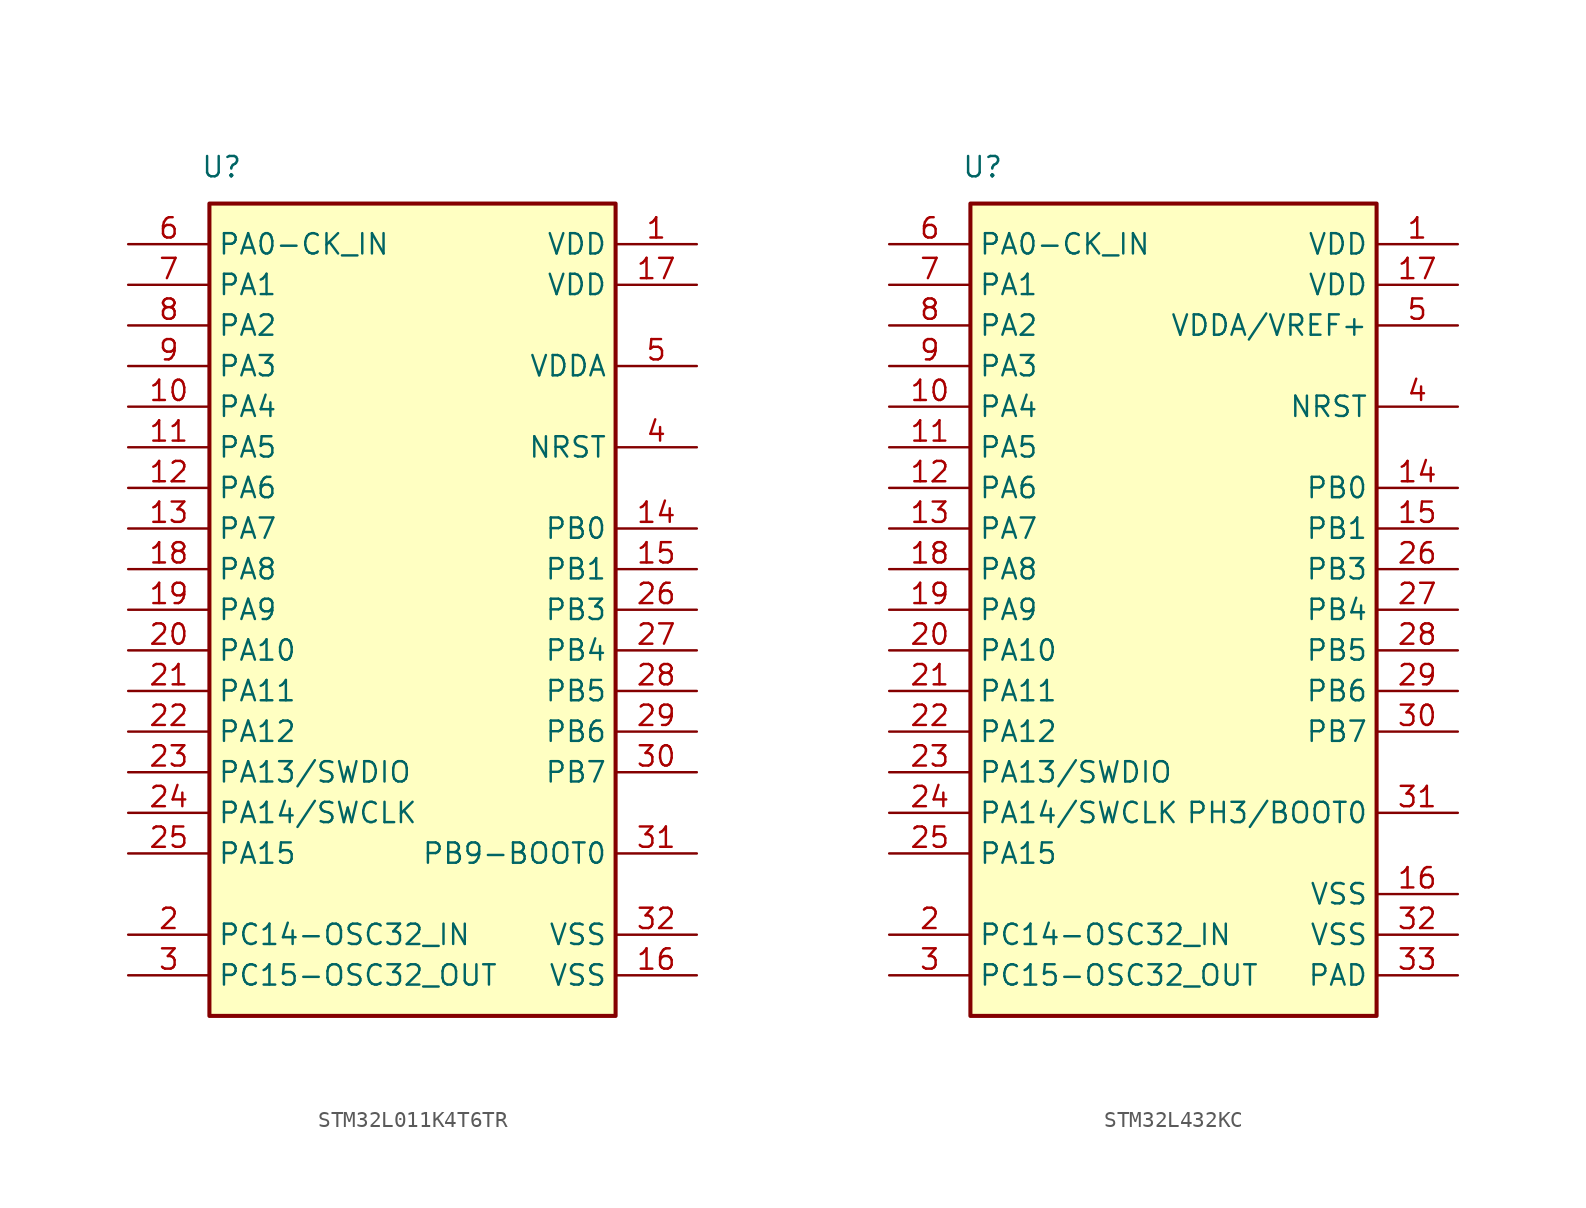
<source format=kicad_sym>
(kicad_symbol_lib
  (version 20231120)
  (generator "kicad_symbol_editor")
  (generator_version "8.0")
  (symbol "STM32L011K4T6TR"
    (property "Reference" "U"
      (at 5.842 50.546 0)
      (effects (font (size 1.27 1.27))))
    (property "Value" ""
      (at 0 0 0)
      (effects (font (size 1.27 1.27))))
    (symbol "STM32L011K4T6TR_0_1"
      (rectangle (start 5.08 48.26) (end 30.48 -2.54) (stroke (width 0.254) (type default)) (fill (type background))))
    (symbol "STM32L011K4T6TR_1_1"
      (pin power_in line (at 35.56 45.72 180) (length 5.08) (name "VDD" (effects (font (size 1.27 1.27)))) (number "1" (effects (font (size 1.27 1.27)))))
      (pin passive line (at 0 35.56 0) (length 5.08) (name "PA4" (effects (font (size 1.27 1.27)))) (number "10" (effects (font (size 1.27 1.27)))))
      (pin passive line (at 0 33.02 0) (length 5.08) (name "PA5" (effects (font (size 1.27 1.27)))) (number "11" (effects (font (size 1.27 1.27)))))
      (pin passive line (at 0 30.48 0) (length 5.08) (name "PA6" (effects (font (size 1.27 1.27)))) (number "12" (effects (font (size 1.27 1.27)))))
      (pin passive line (at 0 27.94 0) (length 5.08) (name "PA7" (effects (font (size 1.27 1.27)))) (number "13" (effects (font (size 1.27 1.27)))))
      (pin passive line (at 35.56 27.94 180) (length 5.08) (name "PB0" (effects (font (size 1.27 1.27)))) (number "14" (effects (font (size 1.27 1.27)))))
      (pin passive line (at 35.56 25.4 180) (length 5.08) (name "PB1" (effects (font (size 1.27 1.27)))) (number "15" (effects (font (size 1.27 1.27)))))
      (pin power_in line (at 35.56 0 180) (length 5.08) (name "VSS" (effects (font (size 1.27 1.27)))) (number "16" (effects (font (size 1.27 1.27)))))
      (pin power_in line (at 35.56 43.18 180) (length 5.08) (name "VDD" (effects (font (size 1.27 1.27)))) (number "17" (effects (font (size 1.27 1.27)))))
      (pin passive line (at 0 25.4 0) (length 5.08) (name "PA8" (effects (font (size 1.27 1.27)))) (number "18" (effects (font (size 1.27 1.27)))))
      (pin passive line (at 0 22.86 0) (length 5.08) (name "PA9" (effects (font (size 1.27 1.27)))) (number "19" (effects (font (size 1.27 1.27)))))
      (pin passive line (at 0 2.54 0) (length 5.08) (name "PC14-OSC32_IN" (effects (font (size 1.27 1.27)))) (number "2" (effects (font (size 1.27 1.27)))))
      (pin passive line (at 0 20.32 0) (length 5.08) (name "PA10" (effects (font (size 1.27 1.27)))) (number "20" (effects (font (size 1.27 1.27)))))
      (pin passive line (at 0 17.78 0) (length 5.08) (name "PA11" (effects (font (size 1.27 1.27)))) (number "21" (effects (font (size 1.27 1.27)))))
      (pin passive line (at 0 15.24 0) (length 5.08) (name "PA12" (effects (font (size 1.27 1.27)))) (number "22" (effects (font (size 1.27 1.27)))))
      (pin passive line (at 0 12.7 0) (length 5.08) (name "PA13/SWDIO" (effects (font (size 1.27 1.27)))) (number "23" (effects (font (size 1.27 1.27)))))
      (pin passive line (at 0 10.16 0) (length 5.08) (name "PA14/SWCLK" (effects (font (size 1.27 1.27)))) (number "24" (effects (font (size 1.27 1.27)))))
      (pin passive line (at 0 7.62 0) (length 5.08) (name "PA15" (effects (font (size 1.27 1.27)))) (number "25" (effects (font (size 1.27 1.27)))))
      (pin passive line (at 35.56 22.86 180) (length 5.08) (name "PB3" (effects (font (size 1.27 1.27)))) (number "26" (effects (font (size 1.27 1.27)))))
      (pin passive line (at 35.56 20.32 180) (length 5.08) (name "PB4" (effects (font (size 1.27 1.27)))) (number "27" (effects (font (size 1.27 1.27)))))
      (pin passive line (at 35.56 17.78 180) (length 5.08) (name "PB5" (effects (font (size 1.27 1.27)))) (number "28" (effects (font (size 1.27 1.27)))))
      (pin passive line (at 35.56 15.24 180) (length 5.08) (name "PB6" (effects (font (size 1.27 1.27)))) (number "29" (effects (font (size 1.27 1.27)))))
      (pin passive line (at 0 0 0) (length 5.08) (name "PC15-OSC32_OUT" (effects (font (size 1.27 1.27)))) (number "3" (effects (font (size 1.27 1.27)))))
      (pin passive line (at 35.56 12.7 180) (length 5.08) (name "PB7" (effects (font (size 1.27 1.27)))) (number "30" (effects (font (size 1.27 1.27)))))
      (pin passive line (at 35.56 7.62 180) (length 5.08) (name "PB9-BOOT0" (effects (font (size 1.27 1.27)))) (number "31" (effects (font (size 1.27 1.27)))))
      (pin power_in line (at 35.56 2.54 180) (length 5.08) (name "VSS" (effects (font (size 1.27 1.27)))) (number "32" (effects (font (size 1.27 1.27)))))
      (pin passive line (at 35.56 33.02 180) (length 5.08) (name "NRST" (effects (font (size 1.27 1.27)))) (number "4" (effects (font (size 1.27 1.27)))))
      (pin power_in line (at 35.56 38.1 180) (length 5.08) (name "VDDA" (effects (font (size 1.27 1.27)))) (number "5" (effects (font (size 1.27 1.27)))))
      (pin passive line (at 0 45.72 0) (length 5.08) (name "PA0-CK_IN" (effects (font (size 1.27 1.27)))) (number "6" (effects (font (size 1.27 1.27)))))
      (pin passive line (at 0 43.18 0) (length 5.08) (name "PA1" (effects (font (size 1.27 1.27)))) (number "7" (effects (font (size 1.27 1.27)))))
      (pin passive line (at 0 40.64 0) (length 5.08) (name "PA2" (effects (font (size 1.27 1.27)))) (number "8" (effects (font (size 1.27 1.27)))))
      (pin passive line (at 0 38.1 0) (length 5.08) (name "PA3" (effects (font (size 1.27 1.27)))) (number "9" (effects (font (size 1.27 1.27)))))))
  (symbol "STM32L432KC"
    (property "Reference" "U"
      (at 5.842 50.546 0)
      (effects (font (size 1.27 1.27))))
    (property "Value" ""
      (at 0 0 0)
      (effects (font (size 1.27 1.27))))
    (symbol "STM32L432KC_0_1"
      (rectangle (start 5.08 48.26) (end 30.48 -2.54) (stroke (width 0.254) (type default)) (fill (type background))))
    (symbol "STM32L432KC_1_1"
      (pin power_in line (at 35.56 45.72 180) (length 5.08) (name "VDD" (effects (font (size 1.27 1.27)))) (number "1" (effects (font (size 1.27 1.27)))))
      (pin passive line (at 0 35.56 0) (length 5.08) (name "PA4" (effects (font (size 1.27 1.27)))) (number "10" (effects (font (size 1.27 1.27)))))
      (pin passive line (at 0 33.02 0) (length 5.08) (name "PA5" (effects (font (size 1.27 1.27)))) (number "11" (effects (font (size 1.27 1.27)))))
      (pin passive line (at 0 30.48 0) (length 5.08) (name "PA6" (effects (font (size 1.27 1.27)))) (number "12" (effects (font (size 1.27 1.27)))))
      (pin passive line (at 0 27.94 0) (length 5.08) (name "PA7" (effects (font (size 1.27 1.27)))) (number "13" (effects (font (size 1.27 1.27)))))
      (pin passive line (at 35.56 30.48 180) (length 5.08) (name "PB0" (effects (font (size 1.27 1.27)))) (number "14" (effects (font (size 1.27 1.27)))))
      (pin passive line (at 35.56 27.94 180) (length 5.08) (name "PB1" (effects (font (size 1.27 1.27)))) (number "15" (effects (font (size 1.27 1.27)))))
      (pin power_in line (at 35.56 5.08 180) (length 5.08) (name "VSS" (effects (font (size 1.27 1.27)))) (number "16" (effects (font (size 1.27 1.27)))))
      (pin power_in line (at 35.56 43.18 180) (length 5.08) (name "VDD" (effects (font (size 1.27 1.27)))) (number "17" (effects (font (size 1.27 1.27)))))
      (pin passive line (at 0 25.4 0) (length 5.08) (name "PA8" (effects (font (size 1.27 1.27)))) (number "18" (effects (font (size 1.27 1.27)))))
      (pin passive line (at 0 22.86 0) (length 5.08) (name "PA9" (effects (font (size 1.27 1.27)))) (number "19" (effects (font (size 1.27 1.27)))))
      (pin passive line (at 0 2.54 0) (length 5.08) (name "PC14-OSC32_IN" (effects (font (size 1.27 1.27)))) (number "2" (effects (font (size 1.27 1.27)))))
      (pin passive line (at 0 20.32 0) (length 5.08) (name "PA10" (effects (font (size 1.27 1.27)))) (number "20" (effects (font (size 1.27 1.27)))))
      (pin passive line (at 0 17.78 0) (length 5.08) (name "PA11" (effects (font (size 1.27 1.27)))) (number "21" (effects (font (size 1.27 1.27)))))
      (pin passive line (at 0 15.24 0) (length 5.08) (name "PA12" (effects (font (size 1.27 1.27)))) (number "22" (effects (font (size 1.27 1.27)))))
      (pin passive line (at 0 12.7 0) (length 5.08) (name "PA13/SWDIO" (effects (font (size 1.27 1.27)))) (number "23" (effects (font (size 1.27 1.27)))))
      (pin passive line (at 0 10.16 0) (length 5.08) (name "PA14/SWCLK" (effects (font (size 1.27 1.27)))) (number "24" (effects (font (size 1.27 1.27)))))
      (pin passive line (at 0 7.62 0) (length 5.08) (name "PA15" (effects (font (size 1.27 1.27)))) (number "25" (effects (font (size 1.27 1.27)))))
      (pin passive line (at 35.56 25.4 180) (length 5.08) (name "PB3" (effects (font (size 1.27 1.27)))) (number "26" (effects (font (size 1.27 1.27)))))
      (pin passive line (at 35.56 22.86 180) (length 5.08) (name "PB4" (effects (font (size 1.27 1.27)))) (number "27" (effects (font (size 1.27 1.27)))))
      (pin passive line (at 35.56 20.32 180) (length 5.08) (name "PB5" (effects (font (size 1.27 1.27)))) (number "28" (effects (font (size 1.27 1.27)))))
      (pin passive line (at 35.56 17.78 180) (length 5.08) (name "PB6" (effects (font (size 1.27 1.27)))) (number "29" (effects (font (size 1.27 1.27)))))
      (pin passive line (at 0 0 0) (length 5.08) (name "PC15-OSC32_OUT" (effects (font (size 1.27 1.27)))) (number "3" (effects (font (size 1.27 1.27)))))
      (pin passive line (at 35.56 15.24 180) (length 5.08) (name "PB7" (effects (font (size 1.27 1.27)))) (number "30" (effects (font (size 1.27 1.27)))))
      (pin passive line (at 35.56 10.16 180) (length 5.08) (name "PH3/BOOT0" (effects (font (size 1.27 1.27)))) (number "31" (effects (font (size 1.27 1.27)))))
      (pin power_in line (at 35.56 2.54 180) (length 5.08) (name "VSS" (effects (font (size 1.27 1.27)))) (number "32" (effects (font (size 1.27 1.27)))))
      (pin passive line (at 35.56 0 180) (length 5.08) (name "PAD" (effects (font (size 1.27 1.27)))) (number "33" (effects (font (size 1.27 1.27)))))
      (pin passive line (at 35.56 35.56 180) (length 5.08) (name "NRST" (effects (font (size 1.27 1.27)))) (number "4" (effects (font (size 1.27 1.27)))))
      (pin power_in line (at 35.56 40.64 180) (length 5.08) (name "VDDA/VREF+" (effects (font (size 1.27 1.27)))) (number "5" (effects (font (size 1.27 1.27)))))
      (pin passive line (at 0 45.72 0) (length 5.08) (name "PA0-CK_IN" (effects (font (size 1.27 1.27)))) (number "6" (effects (font (size 1.27 1.27)))))
      (pin passive line (at 0 43.18 0) (length 5.08) (name "PA1" (effects (font (size 1.27 1.27)))) (number "7" (effects (font (size 1.27 1.27)))))
      (pin passive line (at 0 40.64 0) (length 5.08) (name "PA2" (effects (font (size 1.27 1.27)))) (number "8" (effects (font (size 1.27 1.27)))))
      (pin passive line (at 0 38.1 0) (length 5.08) (name "PA3" (effects (font (size 1.27 1.27)))) (number "9" (effects (font (size 1.27 1.27))))))))
</source>
